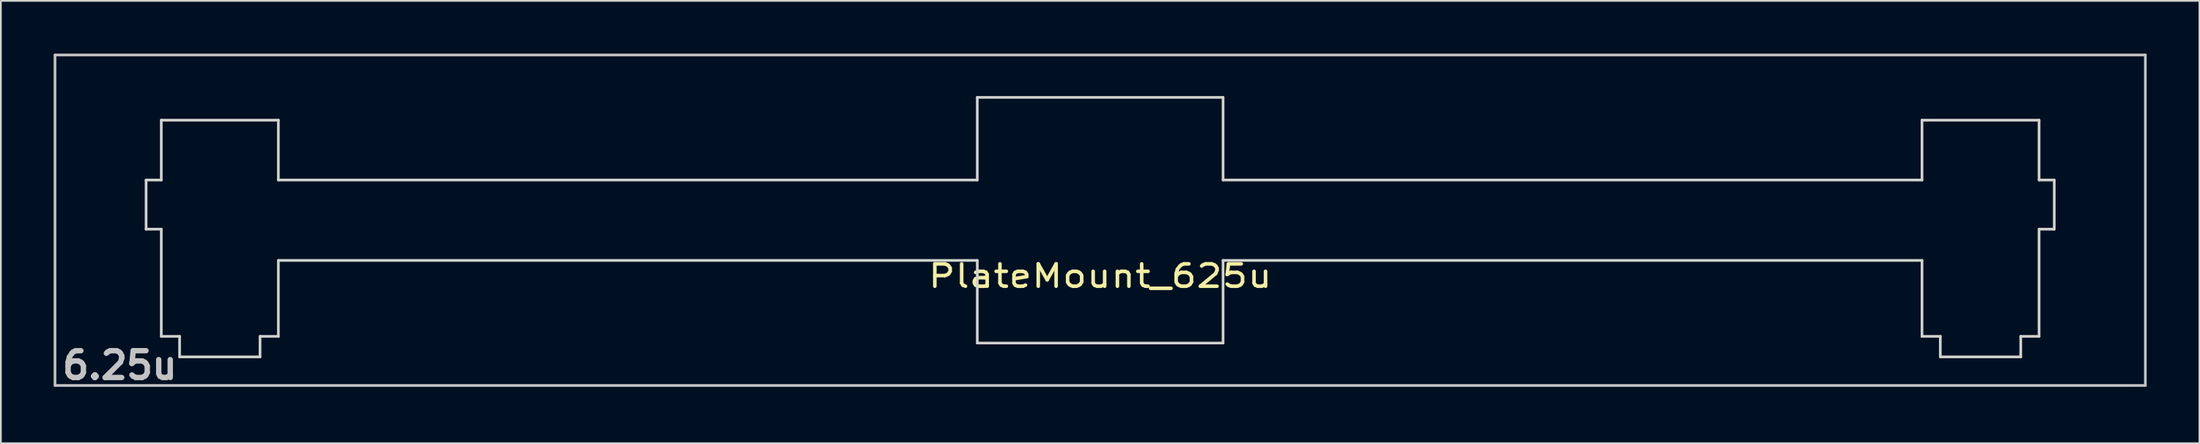
<source format=kicad_pcb>
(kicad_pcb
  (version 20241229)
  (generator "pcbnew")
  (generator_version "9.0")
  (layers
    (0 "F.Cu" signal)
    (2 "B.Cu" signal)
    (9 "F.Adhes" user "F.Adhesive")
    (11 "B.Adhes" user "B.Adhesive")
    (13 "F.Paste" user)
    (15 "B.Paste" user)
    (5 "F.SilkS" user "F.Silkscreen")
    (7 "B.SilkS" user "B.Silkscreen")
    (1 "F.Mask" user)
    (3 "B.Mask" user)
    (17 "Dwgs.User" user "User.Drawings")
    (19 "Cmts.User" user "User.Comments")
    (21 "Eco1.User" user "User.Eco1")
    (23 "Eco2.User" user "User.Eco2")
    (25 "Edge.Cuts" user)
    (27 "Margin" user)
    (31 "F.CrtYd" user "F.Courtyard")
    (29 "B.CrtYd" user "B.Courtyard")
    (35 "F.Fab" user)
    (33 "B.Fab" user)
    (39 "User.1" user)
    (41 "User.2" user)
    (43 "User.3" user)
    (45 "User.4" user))
  (footprint "PlateMount_625u"
    (layer "F.Cu")
    (at 59.482 9.474)
    (property "Reference" "PlateMount_625u" (at 0 3.175 0) (layer "F.SilkS") (effects (font (size 1.27 1.524) (thickness 0.203))))
    (attr through_hole)
    (fp_line (start -54.93 -3) (end -54.93 1.25) (stroke (width 1.3) (type default)) (layer "F.Mask"))
    (fp_line (start -54.93 1.25) (end -54.1 1.25) (stroke (width 1.3) (type default)) (layer "F.Mask"))
    (fp_line (start -54.1 -6.4) (end -54.1 -3) (stroke (width 1.3) (type default)) (layer "F.Mask"))
    (fp_line (start -54.1 -3) (end -54.93 -3) (stroke (width 1.3) (type default)) (layer "F.Mask"))
    (fp_line (start -54.1 7.3) (end -54.1 1.25) (stroke (width 1.3) (type default)) (layer "F.Mask"))
    (fp_line (start -53.6 0.74) (end -54.5 0.74) (stroke (width 0.3) (type default)) (layer "F.Mask"))
    (fp_line (start -53.6 0.74) (end -53.6 1.64) (stroke (width 0.3) (type default)) (layer "F.Mask"))
    (fp_line (start -53.59 -2.5) (end -54.49 -2.5) (stroke (width 0.3) (type default)) (layer "F.Mask"))
    (fp_line (start -53.59 -2.5) (end -53.59 -3.4) (stroke (width 0.3) (type default)) (layer "F.Mask"))
    (fp_line (start -53 7.3) (end -54.1 7.3) (stroke (width 1.3) (type default)) (layer "F.Mask"))
    (fp_line (start -53 8.45) (end -53 7.3) (stroke (width 1.3) (type default)) (layer "F.Mask"))
    (fp_line (start -53 8.45) (end -47.03 8.45) (stroke (width 1.3) (type default)) (layer "F.Mask"))
    (fp_line (start -52.5 6.8) (end -53.4 6.8) (stroke (width 0.3) (type default)) (layer "F.Mask"))
    (fp_line (start -52.5 6.8) (end -52.5 7.7) (stroke (width 0.3) (type default)) (layer "F.Mask"))
    (fp_line (start -47.52 6.83) (end -47.52 7.73) (stroke (width 0.3) (type default)) (layer "F.Mask"))
    (fp_line (start -47.52 6.83) (end -46.62 6.83) (stroke (width 0.3) (type default)) (layer "F.Mask"))
    (fp_line (start -47.03 8.45) (end -47.03 7.3) (stroke (width 1.3) (type default)) (layer "F.Mask"))
    (fp_line (start -46.5 -2.5) (end -46.5 -3.4) (stroke (width 0.3) (type default)) (layer "F.Mask"))
    (fp_line (start -46.5 -2.5) (end -45.6 -2.5) (stroke (width 0.3) (type default)) (layer "F.Mask"))
    (fp_line (start -46.49 2.51) (end -46.49 3.41) (stroke (width 0.3) (type default)) (layer "F.Mask"))
    (fp_line (start -46.49 2.51) (end -45.59 2.51) (stroke (width 0.3) (type default)) (layer "F.Mask"))
    (fp_line (start -46 -6.4) (end -54.1 -6.4) (stroke (width 1.3) (type default)) (layer "F.Mask"))
    (fp_line (start -46 -3) (end -46 -6.4) (stroke (width 1.3) (type default)) (layer "F.Mask"))
    (fp_line (start -46 7.3) (end -47.03 7.3) (stroke (width 1.3) (type default)) (layer "F.Mask"))
    (fp_line (start -46 7.3) (end -46 3) (stroke (width 1.3) (type default)) (layer "F.Mask"))
    (fp_line (start -7.7 -7.7) (end -7.7 -3) (stroke (width 1.3) (type default)) (layer "F.Mask"))
    (fp_line (start -7.7 -7.7) (end 7.7 -7.7) (stroke (width 1.3) (type default)) (layer "F.Mask"))
    (fp_line (start -7.7 -3) (end -46 -3) (stroke (width 1.3) (type default)) (layer "F.Mask"))
    (fp_line (start -7.7 3) (end -46 3) (stroke (width 1.3) (type default)) (layer "F.Mask"))
    (fp_line (start -7.7 3) (end -7.7 7.7) (stroke (width 1.3) (type default)) (layer "F.Mask"))
    (fp_line (start -7.7 7.7) (end 7.7 7.7) (stroke (width 1.3) (type default)) (layer "F.Mask"))
    (fp_line (start -7.21 -2.51) (end -8.11 -2.51) (stroke (width 0.3) (type default)) (layer "F.Mask"))
    (fp_line (start -7.21 -2.51) (end -7.21 -3.41) (stroke (width 0.3) (type default)) (layer "F.Mask"))
    (fp_line (start -7.2 2.5) (end -8.1 2.5) (stroke (width 0.3) (type default)) (layer "F.Mask"))
    (fp_line (start -7.2 2.5) (end -7.2 3.4) (stroke (width 0.3) (type default)) (layer "F.Mask"))
    (fp_line (start 7.2 2.5) (end 7.2 3.4) (stroke (width 0.3) (type default)) (layer "F.Mask"))
    (fp_line (start 7.2 2.5) (end 8.1 2.5) (stroke (width 0.3) (type default)) (layer "F.Mask"))
    (fp_line (start 7.21 -2.51) (end 7.21 -3.41) (stroke (width 0.3) (type default)) (layer "F.Mask"))
    (fp_line (start 7.21 -2.51) (end 8.11 -2.51) (stroke (width 0.3) (type default)) (layer "F.Mask"))
    (fp_line (start 7.7 -7.7) (end 7.7 -3) (stroke (width 1.3) (type default)) (layer "F.Mask"))
    (fp_line (start 7.7 -3) (end 46 -3) (stroke (width 1.3) (type default)) (layer "F.Mask"))
    (fp_line (start 7.7 3) (end 7.7 7.7) (stroke (width 1.3) (type default)) (layer "F.Mask"))
    (fp_line (start 7.7 3) (end 46 3) (stroke (width 1.3) (type default)) (layer "F.Mask"))
    (fp_line (start 46 -6.4) (end 54.1 -6.4) (stroke (width 1.3) (type default)) (layer "F.Mask"))
    (fp_line (start 46 -3) (end 46 -6.4) (stroke (width 1.3) (type default)) (layer "F.Mask"))
    (fp_line (start 46 7.3) (end 46 3) (stroke (width 1.3) (type default)) (layer "F.Mask"))
    (fp_line (start 46 7.3) (end 47.03 7.3) (stroke (width 1.3) (type default)) (layer "F.Mask"))
    (fp_line (start 46.49 2.51) (end 45.59 2.51) (stroke (width 0.3) (type default)) (layer "F.Mask"))
    (fp_line (start 46.49 2.51) (end 46.49 3.41) (stroke (width 0.3) (type default)) (layer "F.Mask"))
    (fp_line (start 46.5 -2.5) (end 45.6 -2.5) (stroke (width 0.3) (type default)) (layer "F.Mask"))
    (fp_line (start 46.5 -2.5) (end 46.5 -3.4) (stroke (width 0.3) (type default)) (layer "F.Mask"))
    (fp_line (start 47.03 8.45) (end 47.03 7.3) (stroke (width 1.3) (type default)) (layer "F.Mask"))
    (fp_line (start 47.52 6.83) (end 46.62 6.83) (stroke (width 0.3) (type default)) (layer "F.Mask"))
    (fp_line (start 47.52 6.83) (end 47.52 7.73) (stroke (width 0.3) (type default)) (layer "F.Mask"))
    (fp_line (start 52.5 6.8) (end 52.5 7.7) (stroke (width 0.3) (type default)) (layer "F.Mask"))
    (fp_line (start 52.5 6.8) (end 53.4 6.8) (stroke (width 0.3) (type default)) (layer "F.Mask"))
    (fp_line (start 53 7.3) (end 54.1 7.3) (stroke (width 1.3) (type default)) (layer "F.Mask"))
    (fp_line (start 53 8.45) (end 47.03 8.45) (stroke (width 1.3) (type default)) (layer "F.Mask"))
    (fp_line (start 53 8.45) (end 53 7.3) (stroke (width 1.3) (type default)) (layer "F.Mask"))
    (fp_line (start 53.59 -2.5) (end 53.59 -3.4) (stroke (width 0.3) (type default)) (layer "F.Mask"))
    (fp_line (start 53.59 -2.5) (end 54.49 -2.5) (stroke (width 0.3) (type default)) (layer "F.Mask"))
    (fp_line (start 53.6 0.74) (end 53.6 1.64) (stroke (width 0.3) (type default)) (layer "F.Mask"))
    (fp_line (start 53.6 0.74) (end 54.5 0.74) (stroke (width 0.3) (type default)) (layer "F.Mask"))
    (fp_line (start 54.1 -6.4) (end 54.1 -3) (stroke (width 1.3) (type default)) (layer "F.Mask"))
    (fp_line (start 54.1 -3) (end 54.93 -3) (stroke (width 1.3) (type default)) (layer "F.Mask"))
    (fp_line (start 54.1 7.3) (end 54.1 1.25) (stroke (width 1.3) (type default)) (layer "F.Mask"))
    (fp_line (start 54.93 -3) (end 54.93 1.25) (stroke (width 1.3) (type default)) (layer "F.Mask"))
    (fp_line (start 54.93 1.25) (end 54.1 1.25) (stroke (width 1.3) (type default)) (layer "F.Mask"))
    (fp_line (start -54.93 -3) (end -54.93 1.25) (stroke (width 1.3) (type default)) (layer "B.Mask"))
    (fp_line (start -54.93 1.25) (end -54.1 1.25) (stroke (width 1.3) (type default)) (layer "B.Mask"))
    (fp_line (start -54.1 -6.4) (end -54.1 -3) (stroke (width 1.3) (type default)) (layer "B.Mask"))
    (fp_line (start -54.1 -3) (end -54.93 -3) (stroke (width 1.3) (type default)) (layer "B.Mask"))
    (fp_line (start -54.1 7.3) (end -54.1 1.25) (stroke (width 1.3) (type default)) (layer "B.Mask"))
    (fp_line (start -53.6 0.74) (end -54.5 0.74) (stroke (width 0.3) (type default)) (layer "B.Mask"))
    (fp_line (start -53.6 0.74) (end -53.6 1.64) (stroke (width 0.3) (type default)) (layer "B.Mask"))
    (fp_line (start -53.59 -2.5) (end -54.49 -2.5) (stroke (width 0.3) (type default)) (layer "B.Mask"))
    (fp_line (start -53.59 -2.5) (end -53.59 -3.4) (stroke (width 0.3) (type default)) (layer "B.Mask"))
    (fp_line (start -53 7.3) (end -54.1 7.3) (stroke (width 1.3) (type default)) (layer "B.Mask"))
    (fp_line (start -53 8.45) (end -53 7.3) (stroke (width 1.3) (type default)) (layer "B.Mask"))
    (fp_line (start -53 8.45) (end -47.03 8.45) (stroke (width 1.3) (type default)) (layer "B.Mask"))
    (fp_line (start -52.5 6.8) (end -53.4 6.8) (stroke (width 0.3) (type default)) (layer "B.Mask"))
    (fp_line (start -52.5 6.8) (end -52.5 7.7) (stroke (width 0.3) (type default)) (layer "B.Mask"))
    (fp_line (start -47.52 6.83) (end -47.52 7.73) (stroke (width 0.3) (type default)) (layer "B.Mask"))
    (fp_line (start -47.52 6.83) (end -46.62 6.83) (stroke (width 0.3) (type default)) (layer "B.Mask"))
    (fp_line (start -47.03 8.45) (end -47.03 7.3) (stroke (width 1.3) (type default)) (layer "B.Mask"))
    (fp_line (start -46.5 -2.5) (end -46.5 -3.4) (stroke (width 0.3) (type default)) (layer "B.Mask"))
    (fp_line (start -46.5 -2.5) (end -45.6 -2.5) (stroke (width 0.3) (type default)) (layer "B.Mask"))
    (fp_line (start -46.49 2.51) (end -46.49 3.41) (stroke (width 0.3) (type default)) (layer "B.Mask"))
    (fp_line (start -46.49 2.51) (end -45.59 2.51) (stroke (width 0.3) (type default)) (layer "B.Mask"))
    (fp_line (start -46 -6.4) (end -54.1 -6.4) (stroke (width 1.3) (type default)) (layer "B.Mask"))
    (fp_line (start -46 -3) (end -46 -6.4) (stroke (width 1.3) (type default)) (layer "B.Mask"))
    (fp_line (start -46 7.3) (end -47.03 7.3) (stroke (width 1.3) (type default)) (layer "B.Mask"))
    (fp_line (start -46 7.3) (end -46 3) (stroke (width 1.3) (type default)) (layer "B.Mask"))
    (fp_line (start -7.7 -7.7) (end -7.7 -3) (stroke (width 1.3) (type default)) (layer "B.Mask"))
    (fp_line (start -7.7 -3) (end -46 -3) (stroke (width 1.3) (type default)) (layer "B.Mask"))
    (fp_line (start -7.7 3) (end -46 3) (stroke (width 1.3) (type default)) (layer "B.Mask"))
    (fp_line (start -7.7 3) (end -7.7 7.7) (stroke (width 1.3) (type default)) (layer "B.Mask"))
    (fp_line (start -7.21 -2.51) (end -8.11 -2.51) (stroke (width 0.3) (type default)) (layer "B.Mask"))
    (fp_line (start -7.21 -2.51) (end -7.21 -3.41) (stroke (width 0.3) (type default)) (layer "B.Mask"))
    (fp_line (start -7.2 2.5) (end -8.1 2.5) (stroke (width 0.3) (type default)) (layer "B.Mask"))
    (fp_line (start -7.2 2.5) (end -7.2 3.4) (stroke (width 0.3) (type default)) (layer "B.Mask"))
    (fp_line (start 7.2 2.5) (end 7.2 3.4) (stroke (width 0.3) (type default)) (layer "B.Mask"))
    (fp_line (start 7.2 2.5) (end 8.1 2.5) (stroke (width 0.3) (type default)) (layer "B.Mask"))
    (fp_line (start 7.21 -2.51) (end 7.21 -3.41) (stroke (width 0.3) (type default)) (layer "B.Mask"))
    (fp_line (start 7.21 -2.51) (end 8.11 -2.51) (stroke (width 0.3) (type default)) (layer "B.Mask"))
    (fp_line (start 7.7 -7.7) (end -7.7 -7.7) (stroke (width 1.3) (type default)) (layer "B.Mask"))
    (fp_line (start 7.7 -7.7) (end 7.7 -3) (stroke (width 1.3) (type default)) (layer "B.Mask"))
    (fp_line (start 7.7 -3) (end 46 -3) (stroke (width 1.3) (type default)) (layer "B.Mask"))
    (fp_line (start 7.7 3) (end 7.7 7.7) (stroke (width 1.3) (type default)) (layer "B.Mask"))
    (fp_line (start 7.7 3) (end 46 3) (stroke (width 1.3) (type default)) (layer "B.Mask"))
    (fp_line (start 7.7 7.7) (end -7.7 7.7) (stroke (width 1.3) (type default)) (layer "B.Mask"))
    (fp_line (start 46 -6.4) (end 54.1 -6.4) (stroke (width 1.3) (type default)) (layer "B.Mask"))
    (fp_line (start 46 -3) (end 46 -6.4) (stroke (width 1.3) (type default)) (layer "B.Mask"))
    (fp_line (start 46 7.3) (end 46 3) (stroke (width 1.3) (type default)) (layer "B.Mask"))
    (fp_line (start 46 7.3) (end 47.03 7.3) (stroke (width 1.3) (type default)) (layer "B.Mask"))
    (fp_line (start 46.49 2.51) (end 45.59 2.51) (stroke (width 0.3) (type default)) (layer "B.Mask"))
    (fp_line (start 46.49 2.51) (end 46.49 3.41) (stroke (width 0.3) (type default)) (layer "B.Mask"))
    (fp_line (start 46.5 -2.5) (end 45.6 -2.5) (stroke (width 0.3) (type default)) (layer "B.Mask"))
    (fp_line (start 46.5 -2.5) (end 46.5 -3.4) (stroke (width 0.3) (type default)) (layer "B.Mask"))
    (fp_line (start 47.03 8.45) (end 47.03 7.3) (stroke (width 1.3) (type default)) (layer "B.Mask"))
    (fp_line (start 47.52 6.83) (end 46.62 6.83) (stroke (width 0.3) (type default)) (layer "B.Mask"))
    (fp_line (start 47.52 6.83) (end 47.52 7.73) (stroke (width 0.3) (type default)) (layer "B.Mask"))
    (fp_line (start 52.5 6.8) (end 52.5 7.7) (stroke (width 0.3) (type default)) (layer "B.Mask"))
    (fp_line (start 52.5 6.8) (end 53.4 6.8) (stroke (width 0.3) (type default)) (layer "B.Mask"))
    (fp_line (start 53 7.3) (end 54.1 7.3) (stroke (width 1.3) (type default)) (layer "B.Mask"))
    (fp_line (start 53 8.45) (end 47.03 8.45) (stroke (width 1.3) (type default)) (layer "B.Mask"))
    (fp_line (start 53 8.45) (end 53 7.3) (stroke (width 1.3) (type default)) (layer "B.Mask"))
    (fp_line (start 53.59 -2.5) (end 53.59 -3.4) (stroke (width 0.3) (type default)) (layer "B.Mask"))
    (fp_line (start 53.59 -2.5) (end 54.49 -2.5) (stroke (width 0.3) (type default)) (layer "B.Mask"))
    (fp_line (start 53.6 0.74) (end 53.6 1.64) (stroke (width 0.3) (type default)) (layer "B.Mask"))
    (fp_line (start 53.6 0.74) (end 54.5 0.74) (stroke (width 0.3) (type default)) (layer "B.Mask"))
    (fp_line (start 54.1 -6.4) (end 54.1 -3) (stroke (width 1.3) (type default)) (layer "B.Mask"))
    (fp_line (start 54.1 -3) (end 54.93 -3) (stroke (width 1.3) (type default)) (layer "B.Mask"))
    (fp_line (start 54.1 7.3) (end 54.1 1.25) (stroke (width 1.3) (type default)) (layer "B.Mask"))
    (fp_line (start 54.93 -3) (end 54.93 1.25) (stroke (width 1.3) (type default)) (layer "B.Mask"))
    (fp_line (start 54.93 1.25) (end 54.1 1.25) (stroke (width 1.3) (type default)) (layer "B.Mask"))
    (fp_line (start -59.406 -9.398) (end 59.406 -9.398) (stroke (width 0.152) (type solid)) (layer "Dwgs.User"))
    (fp_line (start -59.406 9.398) (end -59.406 -9.398) (stroke (width 0.152) (type solid)) (layer "Dwgs.User"))
    (fp_line (start 59.406 -9.398) (end 59.406 9.398) (stroke (width 0.152) (type solid)) (layer "Dwgs.User"))
    (fp_line (start 59.406 9.398) (end -59.406 9.398) (stroke (width 0.152) (type solid)) (layer "Dwgs.User"))
    (fp_line (start -54.229 -2.286) (end -53.365 -2.286) (stroke (width 0.152) (type solid)) (layer "Edge.Cuts"))
    (fp_line (start -54.229 0.508) (end -54.229 -2.286) (stroke (width 0.152) (type solid)) (layer "Edge.Cuts"))
    (fp_line (start -53.365 -5.69) (end -46.711 -5.69) (stroke (width 0.152) (type solid)) (layer "Edge.Cuts"))
    (fp_line (start -53.365 -2.286) (end -53.365 -5.69) (stroke (width 0.152) (type solid)) (layer "Edge.Cuts"))
    (fp_line (start -53.365 0.508) (end -54.229 0.508) (stroke (width 0.152) (type solid)) (layer "Edge.Cuts"))
    (fp_line (start -53.365 6.604) (end -53.365 0.508) (stroke (width 0.152) (type solid)) (layer "Edge.Cuts"))
    (fp_line (start -52.324 6.604) (end -53.365 6.604) (stroke (width 0.152) (type solid)) (layer "Edge.Cuts"))
    (fp_line (start -52.324 7.772) (end -52.324 6.604) (stroke (width 0.152) (type solid)) (layer "Edge.Cuts"))
    (fp_line (start -47.752 6.604) (end -47.752 7.772) (stroke (width 0.152) (type solid)) (layer "Edge.Cuts"))
    (fp_line (start -47.752 7.772) (end -52.324 7.772) (stroke (width 0.152) (type solid)) (layer "Edge.Cuts"))
    (fp_line (start -46.711 -5.69) (end -46.711 -2.286) (stroke (width 0.152) (type solid)) (layer "Edge.Cuts"))
    (fp_line (start -46.711 -2.286) (end -6.985 -2.286) (stroke (width 0.152) (type solid)) (layer "Edge.Cuts"))
    (fp_line (start -46.711 2.286) (end -46.711 6.604) (stroke (width 0.152) (type solid)) (layer "Edge.Cuts"))
    (fp_line (start -46.711 6.604) (end -47.752 6.604) (stroke (width 0.152) (type solid)) (layer "Edge.Cuts"))
    (fp_line (start -6.985 -6.985) (end 6.985 -6.985) (stroke (width 0.152) (type solid)) (layer "Edge.Cuts"))
    (fp_line (start -6.985 -2.286) (end -6.985 -6.985) (stroke (width 0.152) (type solid)) (layer "Edge.Cuts"))
    (fp_line (start -6.985 2.286) (end -46.711 2.286) (stroke (width 0.152) (type solid)) (layer "Edge.Cuts"))
    (fp_line (start -6.985 6.985) (end -6.985 2.286) (stroke (width 0.152) (type solid)) (layer "Edge.Cuts"))
    (fp_line (start 6.985 -6.985) (end 6.985 -2.286) (stroke (width 0.152) (type solid)) (layer "Edge.Cuts"))
    (fp_line (start 6.985 -2.286) (end 46.711 -2.286) (stroke (width 0.152) (type solid)) (layer "Edge.Cuts"))
    (fp_line (start 6.985 2.286) (end 6.985 6.985) (stroke (width 0.152) (type solid)) (layer "Edge.Cuts"))
    (fp_line (start 6.985 6.985) (end -6.985 6.985) (stroke (width 0.152) (type solid)) (layer "Edge.Cuts"))
    (fp_line (start 46.711 -5.69) (end 53.365 -5.69) (stroke (width 0.152) (type solid)) (layer "Edge.Cuts"))
    (fp_line (start 46.711 -2.286) (end 46.711 -5.69) (stroke (width 0.152) (type solid)) (layer "Edge.Cuts"))
    (fp_line (start 46.711 2.286) (end 6.985 2.286) (stroke (width 0.152) (type solid)) (layer "Edge.Cuts"))
    (fp_line (start 46.711 6.604) (end 46.711 2.286) (stroke (width 0.152) (type solid)) (layer "Edge.Cuts"))
    (fp_line (start 47.752 6.604) (end 46.711 6.604) (stroke (width 0.152) (type solid)) (layer "Edge.Cuts"))
    (fp_line (start 47.752 7.772) (end 47.752 6.604) (stroke (width 0.152) (type solid)) (layer "Edge.Cuts"))
    (fp_line (start 52.324 6.604) (end 52.324 7.772) (stroke (width 0.152) (type solid)) (layer "Edge.Cuts"))
    (fp_line (start 52.324 7.772) (end 47.752 7.772) (stroke (width 0.152) (type solid)) (layer "Edge.Cuts"))
    (fp_line (start 53.365 -5.69) (end 53.365 -2.286) (stroke (width 0.152) (type solid)) (layer "Edge.Cuts"))
    (fp_line (start 53.365 -2.286) (end 54.229 -2.286) (stroke (width 0.152) (type solid)) (layer "Edge.Cuts"))
    (fp_line (start 53.365 0.508) (end 53.365 6.604) (stroke (width 0.152) (type solid)) (layer "Edge.Cuts"))
    (fp_line (start 53.365 6.604) (end 52.324 6.604) (stroke (width 0.152) (type solid)) (layer "Edge.Cuts"))
    (fp_line (start 54.229 -2.286) (end 54.229 0.508) (stroke (width 0.152) (type solid)) (layer "Edge.Cuts"))
    (fp_line (start 54.229 0.508) (end 53.365 0.508) (stroke (width 0.152) (type solid)) (layer "Edge.Cuts"))
    (fp_text user "6.25u" (at -55.723 8.255 0) (layer "Dwgs.User") (effects (font (size 1.524 1.524) (thickness 0.305)))))
  (gr_rect
    (start -3 -3)
    (end 121.963 22.156)
    (stroke (width 0.1) (type default))
    (fill no)
    (layer "Edge.Cuts")))
</source>
